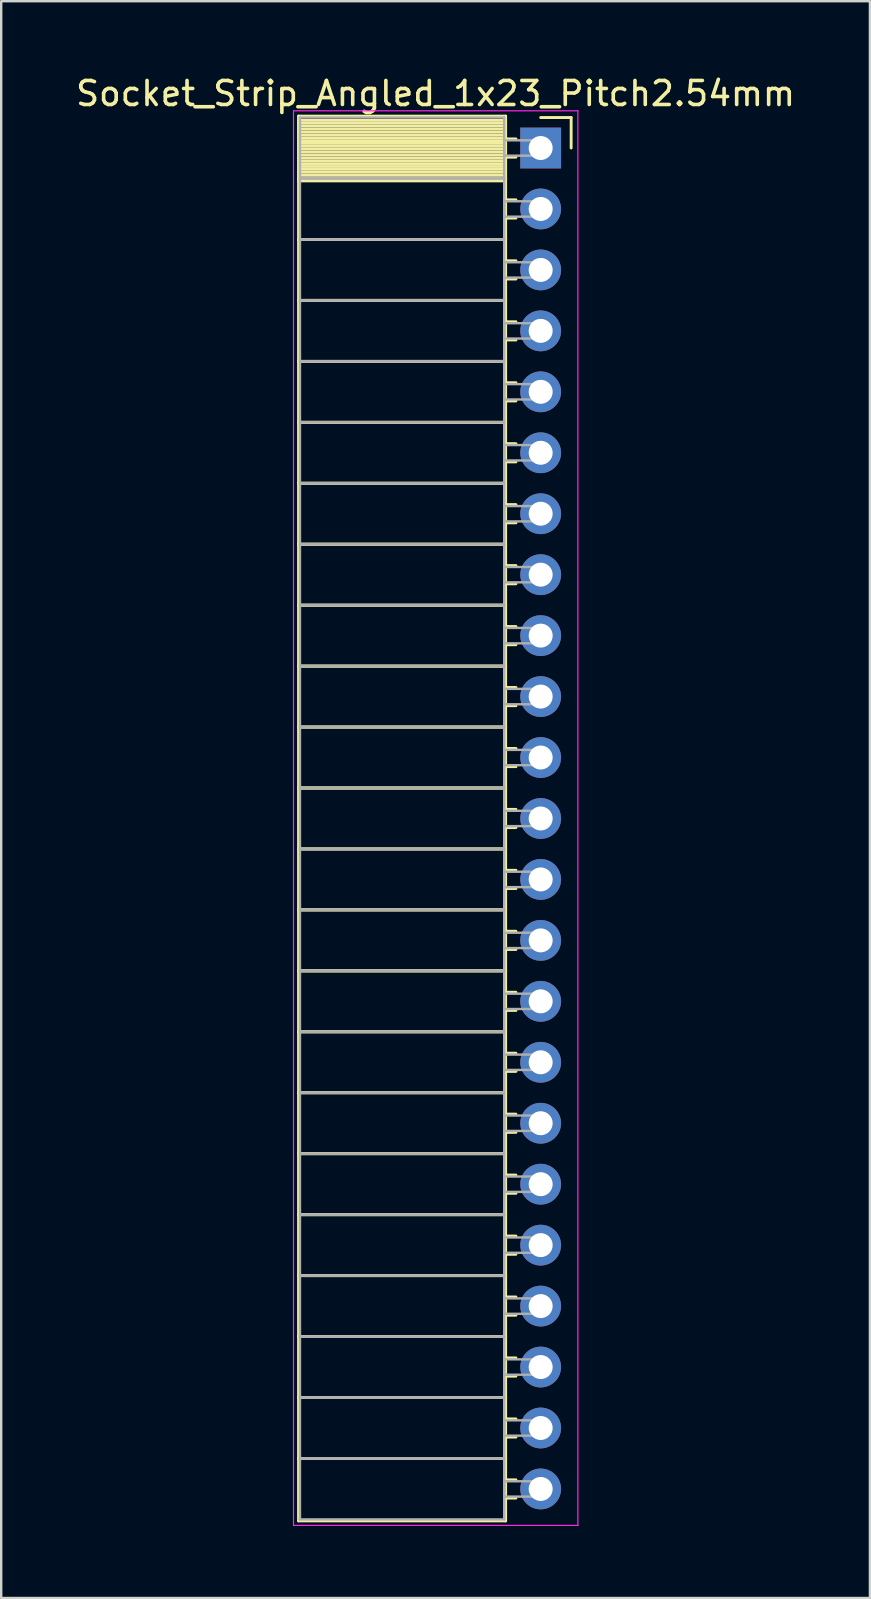
<source format=kicad_pcb>
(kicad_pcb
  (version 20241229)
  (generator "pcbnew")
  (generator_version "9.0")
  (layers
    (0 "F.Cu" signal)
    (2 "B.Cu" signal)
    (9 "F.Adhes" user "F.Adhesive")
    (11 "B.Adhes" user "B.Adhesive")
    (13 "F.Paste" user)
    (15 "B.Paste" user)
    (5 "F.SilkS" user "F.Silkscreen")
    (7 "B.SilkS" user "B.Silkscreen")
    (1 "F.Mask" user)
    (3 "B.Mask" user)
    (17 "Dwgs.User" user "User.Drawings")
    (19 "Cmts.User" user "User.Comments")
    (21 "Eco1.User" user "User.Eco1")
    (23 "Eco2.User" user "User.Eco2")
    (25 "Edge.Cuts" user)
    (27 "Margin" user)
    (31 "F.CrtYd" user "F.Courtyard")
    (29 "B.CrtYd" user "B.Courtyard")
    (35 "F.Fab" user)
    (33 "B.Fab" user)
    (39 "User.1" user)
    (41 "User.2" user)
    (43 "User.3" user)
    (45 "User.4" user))
  (footprint "Socket_Strip_Angled_1x23_Pitch2.54mm"
    (layer "F.Cu")
    (at 19.481 3.118)
    (property "Reference" "Socket_Strip_Angled_1x23_Pitch2.54mm" (at -4.38 -2.27 0) (layer "F.SilkS") (effects (font (size 1 1) (thickness 0.15))))
    (attr through_hole)
    (fp_line (start -10.09 -1.33) (end -1.46 -1.33) (stroke (width 0.12) (type solid)) (layer "F.SilkS"))
    (fp_line (start -10.09 1.27) (end -10.09 -1.33) (stroke (width 0.12) (type solid)) (layer "F.SilkS"))
    (fp_line (start -10.09 1.27) (end -1.46 1.27) (stroke (width 0.12) (type solid)) (layer "F.SilkS"))
    (fp_line (start -10.09 3.81) (end -10.09 1.27) (stroke (width 0.12) (type solid)) (layer "F.SilkS"))
    (fp_line (start -10.09 3.81) (end -1.46 3.81) (stroke (width 0.12) (type solid)) (layer "F.SilkS"))
    (fp_line (start -10.09 6.35) (end -10.09 3.81) (stroke (width 0.12) (type solid)) (layer "F.SilkS"))
    (fp_line (start -10.09 6.35) (end -1.46 6.35) (stroke (width 0.12) (type solid)) (layer "F.SilkS"))
    (fp_line (start -10.09 8.89) (end -10.09 6.35) (stroke (width 0.12) (type solid)) (layer "F.SilkS"))
    (fp_line (start -10.09 8.89) (end -1.46 8.89) (stroke (width 0.12) (type solid)) (layer "F.SilkS"))
    (fp_line (start -10.09 11.43) (end -10.09 8.89) (stroke (width 0.12) (type solid)) (layer "F.SilkS"))
    (fp_line (start -10.09 11.43) (end -1.46 11.43) (stroke (width 0.12) (type solid)) (layer "F.SilkS"))
    (fp_line (start -10.09 13.97) (end -10.09 11.43) (stroke (width 0.12) (type solid)) (layer "F.SilkS"))
    (fp_line (start -10.09 13.97) (end -1.46 13.97) (stroke (width 0.12) (type solid)) (layer "F.SilkS"))
    (fp_line (start -10.09 16.51) (end -10.09 13.97) (stroke (width 0.12) (type solid)) (layer "F.SilkS"))
    (fp_line (start -10.09 16.51) (end -1.46 16.51) (stroke (width 0.12) (type solid)) (layer "F.SilkS"))
    (fp_line (start -10.09 19.05) (end -10.09 16.51) (stroke (width 0.12) (type solid)) (layer "F.SilkS"))
    (fp_line (start -10.09 19.05) (end -1.46 19.05) (stroke (width 0.12) (type solid)) (layer "F.SilkS"))
    (fp_line (start -10.09 21.59) (end -10.09 19.05) (stroke (width 0.12) (type solid)) (layer "F.SilkS"))
    (fp_line (start -10.09 21.59) (end -1.46 21.59) (stroke (width 0.12) (type solid)) (layer "F.SilkS"))
    (fp_line (start -10.09 24.13) (end -10.09 21.59) (stroke (width 0.12) (type solid)) (layer "F.SilkS"))
    (fp_line (start -10.09 24.13) (end -1.46 24.13) (stroke (width 0.12) (type solid)) (layer "F.SilkS"))
    (fp_line (start -10.09 26.67) (end -10.09 24.13) (stroke (width 0.12) (type solid)) (layer "F.SilkS"))
    (fp_line (start -10.09 26.67) (end -1.46 26.67) (stroke (width 0.12) (type solid)) (layer "F.SilkS"))
    (fp_line (start -10.09 29.21) (end -10.09 26.67) (stroke (width 0.12) (type solid)) (layer "F.SilkS"))
    (fp_line (start -10.09 29.21) (end -1.46 29.21) (stroke (width 0.12) (type solid)) (layer "F.SilkS"))
    (fp_line (start -10.09 31.75) (end -10.09 29.21) (stroke (width 0.12) (type solid)) (layer "F.SilkS"))
    (fp_line (start -10.09 31.75) (end -1.46 31.75) (stroke (width 0.12) (type solid)) (layer "F.SilkS"))
    (fp_line (start -10.09 34.29) (end -10.09 31.75) (stroke (width 0.12) (type solid)) (layer "F.SilkS"))
    (fp_line (start -10.09 34.29) (end -1.46 34.29) (stroke (width 0.12) (type solid)) (layer "F.SilkS"))
    (fp_line (start -10.09 36.83) (end -10.09 34.29) (stroke (width 0.12) (type solid)) (layer "F.SilkS"))
    (fp_line (start -10.09 36.83) (end -1.46 36.83) (stroke (width 0.12) (type solid)) (layer "F.SilkS"))
    (fp_line (start -10.09 39.37) (end -10.09 36.83) (stroke (width 0.12) (type solid)) (layer "F.SilkS"))
    (fp_line (start -10.09 39.37) (end -1.46 39.37) (stroke (width 0.12) (type solid)) (layer "F.SilkS"))
    (fp_line (start -10.09 41.91) (end -10.09 39.37) (stroke (width 0.12) (type solid)) (layer "F.SilkS"))
    (fp_line (start -10.09 41.91) (end -1.46 41.91) (stroke (width 0.12) (type solid)) (layer "F.SilkS"))
    (fp_line (start -10.09 44.45) (end -10.09 41.91) (stroke (width 0.12) (type solid)) (layer "F.SilkS"))
    (fp_line (start -10.09 44.45) (end -1.46 44.45) (stroke (width 0.12) (type solid)) (layer "F.SilkS"))
    (fp_line (start -10.09 46.99) (end -10.09 44.45) (stroke (width 0.12) (type solid)) (layer "F.SilkS"))
    (fp_line (start -10.09 46.99) (end -1.46 46.99) (stroke (width 0.12) (type solid)) (layer "F.SilkS"))
    (fp_line (start -10.09 49.53) (end -10.09 46.99) (stroke (width 0.12) (type solid)) (layer "F.SilkS"))
    (fp_line (start -10.09 49.53) (end -1.46 49.53) (stroke (width 0.12) (type solid)) (layer "F.SilkS"))
    (fp_line (start -10.09 52.07) (end -10.09 49.53) (stroke (width 0.12) (type solid)) (layer "F.SilkS"))
    (fp_line (start -10.09 52.07) (end -1.46 52.07) (stroke (width 0.12) (type solid)) (layer "F.SilkS"))
    (fp_line (start -10.09 54.61) (end -10.09 52.07) (stroke (width 0.12) (type solid)) (layer "F.SilkS"))
    (fp_line (start -10.09 54.61) (end -1.46 54.61) (stroke (width 0.12) (type solid)) (layer "F.SilkS"))
    (fp_line (start -10.09 57.21) (end -10.09 54.61) (stroke (width 0.12) (type solid)) (layer "F.SilkS"))
    (fp_line (start -1.46 -1.33) (end -1.46 1.27) (stroke (width 0.12) (type solid)) (layer "F.SilkS"))
    (fp_line (start -1.46 -1.15) (end -10.09 -1.15) (stroke (width 0.12) (type solid)) (layer "F.SilkS"))
    (fp_line (start -1.46 -1.03) (end -10.09 -1.03) (stroke (width 0.12) (type solid)) (layer "F.SilkS"))
    (fp_line (start -1.46 -0.91) (end -10.09 -0.91) (stroke (width 0.12) (type solid)) (layer "F.SilkS"))
    (fp_line (start -1.46 -0.79) (end -10.09 -0.79) (stroke (width 0.12) (type solid)) (layer "F.SilkS"))
    (fp_line (start -1.46 -0.67) (end -10.09 -0.67) (stroke (width 0.12) (type solid)) (layer "F.SilkS"))
    (fp_line (start -1.46 -0.55) (end -10.09 -0.55) (stroke (width 0.12) (type solid)) (layer "F.SilkS"))
    (fp_line (start -1.46 -0.43) (end -10.09 -0.43) (stroke (width 0.12) (type solid)) (layer "F.SilkS"))
    (fp_line (start -1.46 -0.31) (end -10.09 -0.31) (stroke (width 0.12) (type solid)) (layer "F.SilkS"))
    (fp_line (start -1.46 -0.19) (end -10.09 -0.19) (stroke (width 0.12) (type solid)) (layer "F.SilkS"))
    (fp_line (start -1.46 -0.07) (end -10.09 -0.07) (stroke (width 0.12) (type solid)) (layer "F.SilkS"))
    (fp_line (start -1.46 0.05) (end -10.09 0.05) (stroke (width 0.12) (type solid)) (layer "F.SilkS"))
    (fp_line (start -1.46 0.17) (end -10.09 0.17) (stroke (width 0.12) (type solid)) (layer "F.SilkS"))
    (fp_line (start -1.46 0.29) (end -10.09 0.29) (stroke (width 0.12) (type solid)) (layer "F.SilkS"))
    (fp_line (start -1.46 0.41) (end -10.09 0.41) (stroke (width 0.12) (type solid)) (layer "F.SilkS"))
    (fp_line (start -1.46 0.53) (end -10.09 0.53) (stroke (width 0.12) (type solid)) (layer "F.SilkS"))
    (fp_line (start -1.46 0.65) (end -10.09 0.65) (stroke (width 0.12) (type solid)) (layer "F.SilkS"))
    (fp_line (start -1.46 0.77) (end -10.09 0.77) (stroke (width 0.12) (type solid)) (layer "F.SilkS"))
    (fp_line (start -1.46 0.89) (end -10.09 0.89) (stroke (width 0.12) (type solid)) (layer "F.SilkS"))
    (fp_line (start -1.46 1.01) (end -10.09 1.01) (stroke (width 0.12) (type solid)) (layer "F.SilkS"))
    (fp_line (start -1.46 1.13) (end -10.09 1.13) (stroke (width 0.12) (type solid)) (layer "F.SilkS"))
    (fp_line (start -1.46 1.25) (end -10.09 1.25) (stroke (width 0.12) (type solid)) (layer "F.SilkS"))
    (fp_line (start -1.46 1.27) (end -10.09 1.27) (stroke (width 0.12) (type solid)) (layer "F.SilkS"))
    (fp_line (start -1.46 1.27) (end -1.46 3.81) (stroke (width 0.12) (type solid)) (layer "F.SilkS"))
    (fp_line (start -1.46 1.37) (end -10.09 1.37) (stroke (width 0.12) (type solid)) (layer "F.SilkS"))
    (fp_line (start -1.46 3.81) (end -10.09 3.81) (stroke (width 0.12) (type solid)) (layer "F.SilkS"))
    (fp_line (start -1.46 3.81) (end -1.46 6.35) (stroke (width 0.12) (type solid)) (layer "F.SilkS"))
    (fp_line (start -1.46 6.35) (end -10.09 6.35) (stroke (width 0.12) (type solid)) (layer "F.SilkS"))
    (fp_line (start -1.46 6.35) (end -1.46 8.89) (stroke (width 0.12) (type solid)) (layer "F.SilkS"))
    (fp_line (start -1.46 8.89) (end -10.09 8.89) (stroke (width 0.12) (type solid)) (layer "F.SilkS"))
    (fp_line (start -1.46 8.89) (end -1.46 11.43) (stroke (width 0.12) (type solid)) (layer "F.SilkS"))
    (fp_line (start -1.46 11.43) (end -10.09 11.43) (stroke (width 0.12) (type solid)) (layer "F.SilkS"))
    (fp_line (start -1.46 11.43) (end -1.46 13.97) (stroke (width 0.12) (type solid)) (layer "F.SilkS"))
    (fp_line (start -1.46 13.97) (end -10.09 13.97) (stroke (width 0.12) (type solid)) (layer "F.SilkS"))
    (fp_line (start -1.46 13.97) (end -1.46 16.51) (stroke (width 0.12) (type solid)) (layer "F.SilkS"))
    (fp_line (start -1.46 16.51) (end -10.09 16.51) (stroke (width 0.12) (type solid)) (layer "F.SilkS"))
    (fp_line (start -1.46 16.51) (end -1.46 19.05) (stroke (width 0.12) (type solid)) (layer "F.SilkS"))
    (fp_line (start -1.46 19.05) (end -10.09 19.05) (stroke (width 0.12) (type solid)) (layer "F.SilkS"))
    (fp_line (start -1.46 19.05) (end -1.46 21.59) (stroke (width 0.12) (type solid)) (layer "F.SilkS"))
    (fp_line (start -1.46 21.59) (end -10.09 21.59) (stroke (width 0.12) (type solid)) (layer "F.SilkS"))
    (fp_line (start -1.46 21.59) (end -1.46 24.13) (stroke (width 0.12) (type solid)) (layer "F.SilkS"))
    (fp_line (start -1.46 24.13) (end -10.09 24.13) (stroke (width 0.12) (type solid)) (layer "F.SilkS"))
    (fp_line (start -1.46 24.13) (end -1.46 26.67) (stroke (width 0.12) (type solid)) (layer "F.SilkS"))
    (fp_line (start -1.46 26.67) (end -10.09 26.67) (stroke (width 0.12) (type solid)) (layer "F.SilkS"))
    (fp_line (start -1.46 26.67) (end -1.46 29.21) (stroke (width 0.12) (type solid)) (layer "F.SilkS"))
    (fp_line (start -1.46 29.21) (end -10.09 29.21) (stroke (width 0.12) (type solid)) (layer "F.SilkS"))
    (fp_line (start -1.46 29.21) (end -1.46 31.75) (stroke (width 0.12) (type solid)) (layer "F.SilkS"))
    (fp_line (start -1.46 31.75) (end -10.09 31.75) (stroke (width 0.12) (type solid)) (layer "F.SilkS"))
    (fp_line (start -1.46 31.75) (end -1.46 34.29) (stroke (width 0.12) (type solid)) (layer "F.SilkS"))
    (fp_line (start -1.46 34.29) (end -10.09 34.29) (stroke (width 0.12) (type solid)) (layer "F.SilkS"))
    (fp_line (start -1.46 34.29) (end -1.46 36.83) (stroke (width 0.12) (type solid)) (layer "F.SilkS"))
    (fp_line (start -1.46 36.83) (end -10.09 36.83) (stroke (width 0.12) (type solid)) (layer "F.SilkS"))
    (fp_line (start -1.46 36.83) (end -1.46 39.37) (stroke (width 0.12) (type solid)) (layer "F.SilkS"))
    (fp_line (start -1.46 39.37) (end -10.09 39.37) (stroke (width 0.12) (type solid)) (layer "F.SilkS"))
    (fp_line (start -1.46 39.37) (end -1.46 41.91) (stroke (width 0.12) (type solid)) (layer "F.SilkS"))
    (fp_line (start -1.46 41.91) (end -10.09 41.91) (stroke (width 0.12) (type solid)) (layer "F.SilkS"))
    (fp_line (start -1.46 41.91) (end -1.46 44.45) (stroke (width 0.12) (type solid)) (layer "F.SilkS"))
    (fp_line (start -1.46 44.45) (end -10.09 44.45) (stroke (width 0.12) (type solid)) (layer "F.SilkS"))
    (fp_line (start -1.46 44.45) (end -1.46 46.99) (stroke (width 0.12) (type solid)) (layer "F.SilkS"))
    (fp_line (start -1.46 46.99) (end -10.09 46.99) (stroke (width 0.12) (type solid)) (layer "F.SilkS"))
    (fp_line (start -1.46 46.99) (end -1.46 49.53) (stroke (width 0.12) (type solid)) (layer "F.SilkS"))
    (fp_line (start -1.46 49.53) (end -10.09 49.53) (stroke (width 0.12) (type solid)) (layer "F.SilkS"))
    (fp_line (start -1.46 49.53) (end -1.46 52.07) (stroke (width 0.12) (type solid)) (layer "F.SilkS"))
    (fp_line (start -1.46 52.07) (end -10.09 52.07) (stroke (width 0.12) (type solid)) (layer "F.SilkS"))
    (fp_line (start -1.46 52.07) (end -1.46 54.61) (stroke (width 0.12) (type solid)) (layer "F.SilkS"))
    (fp_line (start -1.46 54.61) (end -10.09 54.61) (stroke (width 0.12) (type solid)) (layer "F.SilkS"))
    (fp_line (start -1.46 54.61) (end -1.46 57.21) (stroke (width 0.12) (type solid)) (layer "F.SilkS"))
    (fp_line (start -1.46 57.21) (end -10.09 57.21) (stroke (width 0.12) (type solid)) (layer "F.SilkS"))
    (fp_line (start -1.03 -0.38) (end -1.46 -0.38) (stroke (width 0.12) (type solid)) (layer "F.SilkS"))
    (fp_line (start -1.03 0.38) (end -1.46 0.38) (stroke (width 0.12) (type solid)) (layer "F.SilkS"))
    (fp_line (start -1.03 2.16) (end -1.46 2.16) (stroke (width 0.12) (type solid)) (layer "F.SilkS"))
    (fp_line (start -1.03 2.92) (end -1.46 2.92) (stroke (width 0.12) (type solid)) (layer "F.SilkS"))
    (fp_line (start -1.03 4.7) (end -1.46 4.7) (stroke (width 0.12) (type solid)) (layer "F.SilkS"))
    (fp_line (start -1.03 5.46) (end -1.46 5.46) (stroke (width 0.12) (type solid)) (layer "F.SilkS"))
    (fp_line (start -1.03 7.24) (end -1.46 7.24) (stroke (width 0.12) (type solid)) (layer "F.SilkS"))
    (fp_line (start -1.03 8) (end -1.46 8) (stroke (width 0.12) (type solid)) (layer "F.SilkS"))
    (fp_line (start -1.03 9.78) (end -1.46 9.78) (stroke (width 0.12) (type solid)) (layer "F.SilkS"))
    (fp_line (start -1.03 10.54) (end -1.46 10.54) (stroke (width 0.12) (type solid)) (layer "F.SilkS"))
    (fp_line (start -1.03 12.32) (end -1.46 12.32) (stroke (width 0.12) (type solid)) (layer "F.SilkS"))
    (fp_line (start -1.03 13.08) (end -1.46 13.08) (stroke (width 0.12) (type solid)) (layer "F.SilkS"))
    (fp_line (start -1.03 14.86) (end -1.46 14.86) (stroke (width 0.12) (type solid)) (layer "F.SilkS"))
    (fp_line (start -1.03 15.62) (end -1.46 15.62) (stroke (width 0.12) (type solid)) (layer "F.SilkS"))
    (fp_line (start -1.03 17.4) (end -1.46 17.4) (stroke (width 0.12) (type solid)) (layer "F.SilkS"))
    (fp_line (start -1.03 18.16) (end -1.46 18.16) (stroke (width 0.12) (type solid)) (layer "F.SilkS"))
    (fp_line (start -1.03 19.94) (end -1.46 19.94) (stroke (width 0.12) (type solid)) (layer "F.SilkS"))
    (fp_line (start -1.03 20.7) (end -1.46 20.7) (stroke (width 0.12) (type solid)) (layer "F.SilkS"))
    (fp_line (start -1.03 22.48) (end -1.46 22.48) (stroke (width 0.12) (type solid)) (layer "F.SilkS"))
    (fp_line (start -1.03 23.24) (end -1.46 23.24) (stroke (width 0.12) (type solid)) (layer "F.SilkS"))
    (fp_line (start -1.03 25.02) (end -1.46 25.02) (stroke (width 0.12) (type solid)) (layer "F.SilkS"))
    (fp_line (start -1.03 25.78) (end -1.46 25.78) (stroke (width 0.12) (type solid)) (layer "F.SilkS"))
    (fp_line (start -1.03 27.56) (end -1.46 27.56) (stroke (width 0.12) (type solid)) (layer "F.SilkS"))
    (fp_line (start -1.03 28.32) (end -1.46 28.32) (stroke (width 0.12) (type solid)) (layer "F.SilkS"))
    (fp_line (start -1.03 30.1) (end -1.46 30.1) (stroke (width 0.12) (type solid)) (layer "F.SilkS"))
    (fp_line (start -1.03 30.86) (end -1.46 30.86) (stroke (width 0.12) (type solid)) (layer "F.SilkS"))
    (fp_line (start -1.03 32.64) (end -1.46 32.64) (stroke (width 0.12) (type solid)) (layer "F.SilkS"))
    (fp_line (start -1.03 33.4) (end -1.46 33.4) (stroke (width 0.12) (type solid)) (layer "F.SilkS"))
    (fp_line (start -1.03 35.18) (end -1.46 35.18) (stroke (width 0.12) (type solid)) (layer "F.SilkS"))
    (fp_line (start -1.03 35.94) (end -1.46 35.94) (stroke (width 0.12) (type solid)) (layer "F.SilkS"))
    (fp_line (start -1.03 37.72) (end -1.46 37.72) (stroke (width 0.12) (type solid)) (layer "F.SilkS"))
    (fp_line (start -1.03 38.48) (end -1.46 38.48) (stroke (width 0.12) (type solid)) (layer "F.SilkS"))
    (fp_line (start -1.03 40.26) (end -1.46 40.26) (stroke (width 0.12) (type solid)) (layer "F.SilkS"))
    (fp_line (start -1.03 41.02) (end -1.46 41.02) (stroke (width 0.12) (type solid)) (layer "F.SilkS"))
    (fp_line (start -1.03 42.8) (end -1.46 42.8) (stroke (width 0.12) (type solid)) (layer "F.SilkS"))
    (fp_line (start -1.03 43.56) (end -1.46 43.56) (stroke (width 0.12) (type solid)) (layer "F.SilkS"))
    (fp_line (start -1.03 45.34) (end -1.46 45.34) (stroke (width 0.12) (type solid)) (layer "F.SilkS"))
    (fp_line (start -1.03 46.1) (end -1.46 46.1) (stroke (width 0.12) (type solid)) (layer "F.SilkS"))
    (fp_line (start -1.03 47.88) (end -1.46 47.88) (stroke (width 0.12) (type solid)) (layer "F.SilkS"))
    (fp_line (start -1.03 48.64) (end -1.46 48.64) (stroke (width 0.12) (type solid)) (layer "F.SilkS"))
    (fp_line (start -1.03 50.42) (end -1.46 50.42) (stroke (width 0.12) (type solid)) (layer "F.SilkS"))
    (fp_line (start -1.03 51.18) (end -1.46 51.18) (stroke (width 0.12) (type solid)) (layer "F.SilkS"))
    (fp_line (start -1.03 52.96) (end -1.46 52.96) (stroke (width 0.12) (type solid)) (layer "F.SilkS"))
    (fp_line (start -1.03 53.72) (end -1.46 53.72) (stroke (width 0.12) (type solid)) (layer "F.SilkS"))
    (fp_line (start -1.03 55.5) (end -1.46 55.5) (stroke (width 0.12) (type solid)) (layer "F.SilkS"))
    (fp_line (start -1.03 56.26) (end -1.46 56.26) (stroke (width 0.12) (type solid)) (layer "F.SilkS"))
    (fp_line (start 0 -1.27) (end 1.27 -1.27) (stroke (width 0.12) (type solid)) (layer "F.SilkS"))
    (fp_line (start 1.27 -1.27) (end 1.27 0) (stroke (width 0.12) (type solid)) (layer "F.SilkS"))
    (fp_line (start -10.3 -1.55) (end 1.55 -1.55) (stroke (width 0.05) (type solid)) (layer "F.CrtYd"))
    (fp_line (start -10.3 57.4) (end -10.3 -1.55) (stroke (width 0.05) (type solid)) (layer "F.CrtYd"))
    (fp_line (start 1.55 -1.55) (end 1.55 57.4) (stroke (width 0.05) (type solid)) (layer "F.CrtYd"))
    (fp_line (start 1.55 57.4) (end -10.3 57.4) (stroke (width 0.05) (type solid)) (layer "F.CrtYd"))
    (fp_line (start -10.03 -1.27) (end -1.52 -1.27) (stroke (width 0.1) (type solid)) (layer "F.Fab"))
    (fp_line (start -10.03 1.27) (end -10.03 -1.27) (stroke (width 0.1) (type solid)) (layer "F.Fab"))
    (fp_line (start -10.03 1.27) (end -1.52 1.27) (stroke (width 0.1) (type solid)) (layer "F.Fab"))
    (fp_line (start -10.03 3.81) (end -10.03 1.27) (stroke (width 0.1) (type solid)) (layer "F.Fab"))
    (fp_line (start -10.03 3.81) (end -1.52 3.81) (stroke (width 0.1) (type solid)) (layer "F.Fab"))
    (fp_line (start -10.03 6.35) (end -10.03 3.81) (stroke (width 0.1) (type solid)) (layer "F.Fab"))
    (fp_line (start -10.03 6.35) (end -1.52 6.35) (stroke (width 0.1) (type solid)) (layer "F.Fab"))
    (fp_line (start -10.03 8.89) (end -10.03 6.35) (stroke (width 0.1) (type solid)) (layer "F.Fab"))
    (fp_line (start -10.03 8.89) (end -1.52 8.89) (stroke (width 0.1) (type solid)) (layer "F.Fab"))
    (fp_line (start -10.03 11.43) (end -10.03 8.89) (stroke (width 0.1) (type solid)) (layer "F.Fab"))
    (fp_line (start -10.03 11.43) (end -1.52 11.43) (stroke (width 0.1) (type solid)) (layer "F.Fab"))
    (fp_line (start -10.03 13.97) (end -10.03 11.43) (stroke (width 0.1) (type solid)) (layer "F.Fab"))
    (fp_line (start -10.03 13.97) (end -1.52 13.97) (stroke (width 0.1) (type solid)) (layer "F.Fab"))
    (fp_line (start -10.03 16.51) (end -10.03 13.97) (stroke (width 0.1) (type solid)) (layer "F.Fab"))
    (fp_line (start -10.03 16.51) (end -1.52 16.51) (stroke (width 0.1) (type solid)) (layer "F.Fab"))
    (fp_line (start -10.03 19.05) (end -10.03 16.51) (stroke (width 0.1) (type solid)) (layer "F.Fab"))
    (fp_line (start -10.03 19.05) (end -1.52 19.05) (stroke (width 0.1) (type solid)) (layer "F.Fab"))
    (fp_line (start -10.03 21.59) (end -10.03 19.05) (stroke (width 0.1) (type solid)) (layer "F.Fab"))
    (fp_line (start -10.03 21.59) (end -1.52 21.59) (stroke (width 0.1) (type solid)) (layer "F.Fab"))
    (fp_line (start -10.03 24.13) (end -10.03 21.59) (stroke (width 0.1) (type solid)) (layer "F.Fab"))
    (fp_line (start -10.03 24.13) (end -1.52 24.13) (stroke (width 0.1) (type solid)) (layer "F.Fab"))
    (fp_line (start -10.03 26.67) (end -10.03 24.13) (stroke (width 0.1) (type solid)) (layer "F.Fab"))
    (fp_line (start -10.03 26.67) (end -1.52 26.67) (stroke (width 0.1) (type solid)) (layer "F.Fab"))
    (fp_line (start -10.03 29.21) (end -10.03 26.67) (stroke (width 0.1) (type solid)) (layer "F.Fab"))
    (fp_line (start -10.03 29.21) (end -1.52 29.21) (stroke (width 0.1) (type solid)) (layer "F.Fab"))
    (fp_line (start -10.03 31.75) (end -10.03 29.21) (stroke (width 0.1) (type solid)) (layer "F.Fab"))
    (fp_line (start -10.03 31.75) (end -1.52 31.75) (stroke (width 0.1) (type solid)) (layer "F.Fab"))
    (fp_line (start -10.03 34.29) (end -10.03 31.75) (stroke (width 0.1) (type solid)) (layer "F.Fab"))
    (fp_line (start -10.03 34.29) (end -1.52 34.29) (stroke (width 0.1) (type solid)) (layer "F.Fab"))
    (fp_line (start -10.03 36.83) (end -10.03 34.29) (stroke (width 0.1) (type solid)) (layer "F.Fab"))
    (fp_line (start -10.03 36.83) (end -1.52 36.83) (stroke (width 0.1) (type solid)) (layer "F.Fab"))
    (fp_line (start -10.03 39.37) (end -10.03 36.83) (stroke (width 0.1) (type solid)) (layer "F.Fab"))
    (fp_line (start -10.03 39.37) (end -1.52 39.37) (stroke (width 0.1) (type solid)) (layer "F.Fab"))
    (fp_line (start -10.03 41.91) (end -10.03 39.37) (stroke (width 0.1) (type solid)) (layer "F.Fab"))
    (fp_line (start -10.03 41.91) (end -1.52 41.91) (stroke (width 0.1) (type solid)) (layer "F.Fab"))
    (fp_line (start -10.03 44.45) (end -10.03 41.91) (stroke (width 0.1) (type solid)) (layer "F.Fab"))
    (fp_line (start -10.03 44.45) (end -1.52 44.45) (stroke (width 0.1) (type solid)) (layer "F.Fab"))
    (fp_line (start -10.03 46.99) (end -10.03 44.45) (stroke (width 0.1) (type solid)) (layer "F.Fab"))
    (fp_line (start -10.03 46.99) (end -1.52 46.99) (stroke (width 0.1) (type solid)) (layer "F.Fab"))
    (fp_line (start -10.03 49.53) (end -10.03 46.99) (stroke (width 0.1) (type solid)) (layer "F.Fab"))
    (fp_line (start -10.03 49.53) (end -1.52 49.53) (stroke (width 0.1) (type solid)) (layer "F.Fab"))
    (fp_line (start -10.03 52.07) (end -10.03 49.53) (stroke (width 0.1) (type solid)) (layer "F.Fab"))
    (fp_line (start -10.03 52.07) (end -1.52 52.07) (stroke (width 0.1) (type solid)) (layer "F.Fab"))
    (fp_line (start -10.03 54.61) (end -10.03 52.07) (stroke (width 0.1) (type solid)) (layer "F.Fab"))
    (fp_line (start -10.03 54.61) (end -1.52 54.61) (stroke (width 0.1) (type solid)) (layer "F.Fab"))
    (fp_line (start -10.03 57.15) (end -10.03 54.61) (stroke (width 0.1) (type solid)) (layer "F.Fab"))
    (fp_line (start -1.52 -1.27) (end -1.52 1.27) (stroke (width 0.1) (type solid)) (layer "F.Fab"))
    (fp_line (start -1.52 -0.32) (end 0 -0.32) (stroke (width 0.1) (type solid)) (layer "F.Fab"))
    (fp_line (start -1.52 0.32) (end -1.52 -0.32) (stroke (width 0.1) (type solid)) (layer "F.Fab"))
    (fp_line (start -1.52 1.27) (end -10.03 1.27) (stroke (width 0.1) (type solid)) (layer "F.Fab"))
    (fp_line (start -1.52 1.27) (end -1.52 3.81) (stroke (width 0.1) (type solid)) (layer "F.Fab"))
    (fp_line (start -1.52 2.22) (end 0 2.22) (stroke (width 0.1) (type solid)) (layer "F.Fab"))
    (fp_line (start -1.52 2.86) (end -1.52 2.22) (stroke (width 0.1) (type solid)) (layer "F.Fab"))
    (fp_line (start -1.52 3.81) (end -10.03 3.81) (stroke (width 0.1) (type solid)) (layer "F.Fab"))
    (fp_line (start -1.52 3.81) (end -1.52 6.35) (stroke (width 0.1) (type solid)) (layer "F.Fab"))
    (fp_line (start -1.52 4.76) (end 0 4.76) (stroke (width 0.1) (type solid)) (layer "F.Fab"))
    (fp_line (start -1.52 5.4) (end -1.52 4.76) (stroke (width 0.1) (type solid)) (layer "F.Fab"))
    (fp_line (start -1.52 6.35) (end -10.03 6.35) (stroke (width 0.1) (type solid)) (layer "F.Fab"))
    (fp_line (start -1.52 6.35) (end -1.52 8.89) (stroke (width 0.1) (type solid)) (layer "F.Fab"))
    (fp_line (start -1.52 7.3) (end 0 7.3) (stroke (width 0.1) (type solid)) (layer "F.Fab"))
    (fp_line (start -1.52 7.94) (end -1.52 7.3) (stroke (width 0.1) (type solid)) (layer "F.Fab"))
    (fp_line (start -1.52 8.89) (end -10.03 8.89) (stroke (width 0.1) (type solid)) (layer "F.Fab"))
    (fp_line (start -1.52 8.89) (end -1.52 11.43) (stroke (width 0.1) (type solid)) (layer "F.Fab"))
    (fp_line (start -1.52 9.84) (end 0 9.84) (stroke (width 0.1) (type solid)) (layer "F.Fab"))
    (fp_line (start -1.52 10.48) (end -1.52 9.84) (stroke (width 0.1) (type solid)) (layer "F.Fab"))
    (fp_line (start -1.52 11.43) (end -10.03 11.43) (stroke (width 0.1) (type solid)) (layer "F.Fab"))
    (fp_line (start -1.52 11.43) (end -1.52 13.97) (stroke (width 0.1) (type solid)) (layer "F.Fab"))
    (fp_line (start -1.52 12.38) (end 0 12.38) (stroke (width 0.1) (type solid)) (layer "F.Fab"))
    (fp_line (start -1.52 13.02) (end -1.52 12.38) (stroke (width 0.1) (type solid)) (layer "F.Fab"))
    (fp_line (start -1.52 13.97) (end -10.03 13.97) (stroke (width 0.1) (type solid)) (layer "F.Fab"))
    (fp_line (start -1.52 13.97) (end -1.52 16.51) (stroke (width 0.1) (type solid)) (layer "F.Fab"))
    (fp_line (start -1.52 14.92) (end 0 14.92) (stroke (width 0.1) (type solid)) (layer "F.Fab"))
    (fp_line (start -1.52 15.56) (end -1.52 14.92) (stroke (width 0.1) (type solid)) (layer "F.Fab"))
    (fp_line (start -1.52 16.51) (end -10.03 16.51) (stroke (width 0.1) (type solid)) (layer "F.Fab"))
    (fp_line (start -1.52 16.51) (end -1.52 19.05) (stroke (width 0.1) (type solid)) (layer "F.Fab"))
    (fp_line (start -1.52 17.46) (end 0 17.46) (stroke (width 0.1) (type solid)) (layer "F.Fab"))
    (fp_line (start -1.52 18.1) (end -1.52 17.46) (stroke (width 0.1) (type solid)) (layer "F.Fab"))
    (fp_line (start -1.52 19.05) (end -10.03 19.05) (stroke (width 0.1) (type solid)) (layer "F.Fab"))
    (fp_line (start -1.52 19.05) (end -1.52 21.59) (stroke (width 0.1) (type solid)) (layer "F.Fab"))
    (fp_line (start -1.52 20) (end 0 20) (stroke (width 0.1) (type solid)) (layer "F.Fab"))
    (fp_line (start -1.52 20.64) (end -1.52 20) (stroke (width 0.1) (type solid)) (layer "F.Fab"))
    (fp_line (start -1.52 21.59) (end -10.03 21.59) (stroke (width 0.1) (type solid)) (layer "F.Fab"))
    (fp_line (start -1.52 21.59) (end -1.52 24.13) (stroke (width 0.1) (type solid)) (layer "F.Fab"))
    (fp_line (start -1.52 22.54) (end 0 22.54) (stroke (width 0.1) (type solid)) (layer "F.Fab"))
    (fp_line (start -1.52 23.18) (end -1.52 22.54) (stroke (width 0.1) (type solid)) (layer "F.Fab"))
    (fp_line (start -1.52 24.13) (end -10.03 24.13) (stroke (width 0.1) (type solid)) (layer "F.Fab"))
    (fp_line (start -1.52 24.13) (end -1.52 26.67) (stroke (width 0.1) (type solid)) (layer "F.Fab"))
    (fp_line (start -1.52 25.08) (end 0 25.08) (stroke (width 0.1) (type solid)) (layer "F.Fab"))
    (fp_line (start -1.52 25.72) (end -1.52 25.08) (stroke (width 0.1) (type solid)) (layer "F.Fab"))
    (fp_line (start -1.52 26.67) (end -10.03 26.67) (stroke (width 0.1) (type solid)) (layer "F.Fab"))
    (fp_line (start -1.52 26.67) (end -1.52 29.21) (stroke (width 0.1) (type solid)) (layer "F.Fab"))
    (fp_line (start -1.52 27.62) (end 0 27.62) (stroke (width 0.1) (type solid)) (layer "F.Fab"))
    (fp_line (start -1.52 28.26) (end -1.52 27.62) (stroke (width 0.1) (type solid)) (layer "F.Fab"))
    (fp_line (start -1.52 29.21) (end -10.03 29.21) (stroke (width 0.1) (type solid)) (layer "F.Fab"))
    (fp_line (start -1.52 29.21) (end -1.52 31.75) (stroke (width 0.1) (type solid)) (layer "F.Fab"))
    (fp_line (start -1.52 30.16) (end 0 30.16) (stroke (width 0.1) (type solid)) (layer "F.Fab"))
    (fp_line (start -1.52 30.8) (end -1.52 30.16) (stroke (width 0.1) (type solid)) (layer "F.Fab"))
    (fp_line (start -1.52 31.75) (end -10.03 31.75) (stroke (width 0.1) (type solid)) (layer "F.Fab"))
    (fp_line (start -1.52 31.75) (end -1.52 34.29) (stroke (width 0.1) (type solid)) (layer "F.Fab"))
    (fp_line (start -1.52 32.7) (end 0 32.7) (stroke (width 0.1) (type solid)) (layer "F.Fab"))
    (fp_line (start -1.52 33.34) (end -1.52 32.7) (stroke (width 0.1) (type solid)) (layer "F.Fab"))
    (fp_line (start -1.52 34.29) (end -10.03 34.29) (stroke (width 0.1) (type solid)) (layer "F.Fab"))
    (fp_line (start -1.52 34.29) (end -1.52 36.83) (stroke (width 0.1) (type solid)) (layer "F.Fab"))
    (fp_line (start -1.52 35.24) (end 0 35.24) (stroke (width 0.1) (type solid)) (layer "F.Fab"))
    (fp_line (start -1.52 35.88) (end -1.52 35.24) (stroke (width 0.1) (type solid)) (layer "F.Fab"))
    (fp_line (start -1.52 36.83) (end -10.03 36.83) (stroke (width 0.1) (type solid)) (layer "F.Fab"))
    (fp_line (start -1.52 36.83) (end -1.52 39.37) (stroke (width 0.1) (type solid)) (layer "F.Fab"))
    (fp_line (start -1.52 37.78) (end 0 37.78) (stroke (width 0.1) (type solid)) (layer "F.Fab"))
    (fp_line (start -1.52 38.42) (end -1.52 37.78) (stroke (width 0.1) (type solid)) (layer "F.Fab"))
    (fp_line (start -1.52 39.37) (end -10.03 39.37) (stroke (width 0.1) (type solid)) (layer "F.Fab"))
    (fp_line (start -1.52 39.37) (end -1.52 41.91) (stroke (width 0.1) (type solid)) (layer "F.Fab"))
    (fp_line (start -1.52 40.32) (end 0 40.32) (stroke (width 0.1) (type solid)) (layer "F.Fab"))
    (fp_line (start -1.52 40.96) (end -1.52 40.32) (stroke (width 0.1) (type solid)) (layer "F.Fab"))
    (fp_line (start -1.52 41.91) (end -10.03 41.91) (stroke (width 0.1) (type solid)) (layer "F.Fab"))
    (fp_line (start -1.52 41.91) (end -1.52 44.45) (stroke (width 0.1) (type solid)) (layer "F.Fab"))
    (fp_line (start -1.52 42.86) (end 0 42.86) (stroke (width 0.1) (type solid)) (layer "F.Fab"))
    (fp_line (start -1.52 43.5) (end -1.52 42.86) (stroke (width 0.1) (type solid)) (layer "F.Fab"))
    (fp_line (start -1.52 44.45) (end -10.03 44.45) (stroke (width 0.1) (type solid)) (layer "F.Fab"))
    (fp_line (start -1.52 44.45) (end -1.52 46.99) (stroke (width 0.1) (type solid)) (layer "F.Fab"))
    (fp_line (start -1.52 45.4) (end 0 45.4) (stroke (width 0.1) (type solid)) (layer "F.Fab"))
    (fp_line (start -1.52 46.04) (end -1.52 45.4) (stroke (width 0.1) (type solid)) (layer "F.Fab"))
    (fp_line (start -1.52 46.99) (end -10.03 46.99) (stroke (width 0.1) (type solid)) (layer "F.Fab"))
    (fp_line (start -1.52 46.99) (end -1.52 49.53) (stroke (width 0.1) (type solid)) (layer "F.Fab"))
    (fp_line (start -1.52 47.94) (end 0 47.94) (stroke (width 0.1) (type solid)) (layer "F.Fab"))
    (fp_line (start -1.52 48.58) (end -1.52 47.94) (stroke (width 0.1) (type solid)) (layer "F.Fab"))
    (fp_line (start -1.52 49.53) (end -10.03 49.53) (stroke (width 0.1) (type solid)) (layer "F.Fab"))
    (fp_line (start -1.52 49.53) (end -1.52 52.07) (stroke (width 0.1) (type solid)) (layer "F.Fab"))
    (fp_line (start -1.52 50.48) (end 0 50.48) (stroke (width 0.1) (type solid)) (layer "F.Fab"))
    (fp_line (start -1.52 51.12) (end -1.52 50.48) (stroke (width 0.1) (type solid)) (layer "F.Fab"))
    (fp_line (start -1.52 52.07) (end -10.03 52.07) (stroke (width 0.1) (type solid)) (layer "F.Fab"))
    (fp_line (start -1.52 52.07) (end -1.52 54.61) (stroke (width 0.1) (type solid)) (layer "F.Fab"))
    (fp_line (start -1.52 53.02) (end 0 53.02) (stroke (width 0.1) (type solid)) (layer "F.Fab"))
    (fp_line (start -1.52 53.66) (end -1.52 53.02) (stroke (width 0.1) (type solid)) (layer "F.Fab"))
    (fp_line (start -1.52 54.61) (end -10.03 54.61) (stroke (width 0.1) (type solid)) (layer "F.Fab"))
    (fp_line (start -1.52 54.61) (end -1.52 57.15) (stroke (width 0.1) (type solid)) (layer "F.Fab"))
    (fp_line (start -1.52 55.56) (end 0 55.56) (stroke (width 0.1) (type solid)) (layer "F.Fab"))
    (fp_line (start -1.52 56.2) (end -1.52 55.56) (stroke (width 0.1) (type solid)) (layer "F.Fab"))
    (fp_line (start -1.52 57.15) (end -10.03 57.15) (stroke (width 0.1) (type solid)) (layer "F.Fab"))
    (fp_line (start 0 -0.32) (end 0 0.32) (stroke (width 0.1) (type solid)) (layer "F.Fab"))
    (fp_line (start 0 0.32) (end -1.52 0.32) (stroke (width 0.1) (type solid)) (layer "F.Fab"))
    (fp_line (start 0 2.22) (end 0 2.86) (stroke (width 0.1) (type solid)) (layer "F.Fab"))
    (fp_line (start 0 2.86) (end -1.52 2.86) (stroke (width 0.1) (type solid)) (layer "F.Fab"))
    (fp_line (start 0 4.76) (end 0 5.4) (stroke (width 0.1) (type solid)) (layer "F.Fab"))
    (fp_line (start 0 5.4) (end -1.52 5.4) (stroke (width 0.1) (type solid)) (layer "F.Fab"))
    (fp_line (start 0 7.3) (end 0 7.94) (stroke (width 0.1) (type solid)) (layer "F.Fab"))
    (fp_line (start 0 7.94) (end -1.52 7.94) (stroke (width 0.1) (type solid)) (layer "F.Fab"))
    (fp_line (start 0 9.84) (end 0 10.48) (stroke (width 0.1) (type solid)) (layer "F.Fab"))
    (fp_line (start 0 10.48) (end -1.52 10.48) (stroke (width 0.1) (type solid)) (layer "F.Fab"))
    (fp_line (start 0 12.38) (end 0 13.02) (stroke (width 0.1) (type solid)) (layer "F.Fab"))
    (fp_line (start 0 13.02) (end -1.52 13.02) (stroke (width 0.1) (type solid)) (layer "F.Fab"))
    (fp_line (start 0 14.92) (end 0 15.56) (stroke (width 0.1) (type solid)) (layer "F.Fab"))
    (fp_line (start 0 15.56) (end -1.52 15.56) (stroke (width 0.1) (type solid)) (layer "F.Fab"))
    (fp_line (start 0 17.46) (end 0 18.1) (stroke (width 0.1) (type solid)) (layer "F.Fab"))
    (fp_line (start 0 18.1) (end -1.52 18.1) (stroke (width 0.1) (type solid)) (layer "F.Fab"))
    (fp_line (start 0 20) (end 0 20.64) (stroke (width 0.1) (type solid)) (layer "F.Fab"))
    (fp_line (start 0 20.64) (end -1.52 20.64) (stroke (width 0.1) (type solid)) (layer "F.Fab"))
    (fp_line (start 0 22.54) (end 0 23.18) (stroke (width 0.1) (type solid)) (layer "F.Fab"))
    (fp_line (start 0 23.18) (end -1.52 23.18) (stroke (width 0.1) (type solid)) (layer "F.Fab"))
    (fp_line (start 0 25.08) (end 0 25.72) (stroke (width 0.1) (type solid)) (layer "F.Fab"))
    (fp_line (start 0 25.72) (end -1.52 25.72) (stroke (width 0.1) (type solid)) (layer "F.Fab"))
    (fp_line (start 0 27.62) (end 0 28.26) (stroke (width 0.1) (type solid)) (layer "F.Fab"))
    (fp_line (start 0 28.26) (end -1.52 28.26) (stroke (width 0.1) (type solid)) (layer "F.Fab"))
    (fp_line (start 0 30.16) (end 0 30.8) (stroke (width 0.1) (type solid)) (layer "F.Fab"))
    (fp_line (start 0 30.8) (end -1.52 30.8) (stroke (width 0.1) (type solid)) (layer "F.Fab"))
    (fp_line (start 0 32.7) (end 0 33.34) (stroke (width 0.1) (type solid)) (layer "F.Fab"))
    (fp_line (start 0 33.34) (end -1.52 33.34) (stroke (width 0.1) (type solid)) (layer "F.Fab"))
    (fp_line (start 0 35.24) (end 0 35.88) (stroke (width 0.1) (type solid)) (layer "F.Fab"))
    (fp_line (start 0 35.88) (end -1.52 35.88) (stroke (width 0.1) (type solid)) (layer "F.Fab"))
    (fp_line (start 0 37.78) (end 0 38.42) (stroke (width 0.1) (type solid)) (layer "F.Fab"))
    (fp_line (start 0 38.42) (end -1.52 38.42) (stroke (width 0.1) (type solid)) (layer "F.Fab"))
    (fp_line (start 0 40.32) (end 0 40.96) (stroke (width 0.1) (type solid)) (layer "F.Fab"))
    (fp_line (start 0 40.96) (end -1.52 40.96) (stroke (width 0.1) (type solid)) (layer "F.Fab"))
    (fp_line (start 0 42.86) (end 0 43.5) (stroke (width 0.1) (type solid)) (layer "F.Fab"))
    (fp_line (start 0 43.5) (end -1.52 43.5) (stroke (width 0.1) (type solid)) (layer "F.Fab"))
    (fp_line (start 0 45.4) (end 0 46.04) (stroke (width 0.1) (type solid)) (layer "F.Fab"))
    (fp_line (start 0 46.04) (end -1.52 46.04) (stroke (width 0.1) (type solid)) (layer "F.Fab"))
    (fp_line (start 0 47.94) (end 0 48.58) (stroke (width 0.1) (type solid)) (layer "F.Fab"))
    (fp_line (start 0 48.58) (end -1.52 48.58) (stroke (width 0.1) (type solid)) (layer "F.Fab"))
    (fp_line (start 0 50.48) (end 0 51.12) (stroke (width 0.1) (type solid)) (layer "F.Fab"))
    (fp_line (start 0 51.12) (end -1.52 51.12) (stroke (width 0.1) (type solid)) (layer "F.Fab"))
    (fp_line (start 0 53.02) (end 0 53.66) (stroke (width 0.1) (type solid)) (layer "F.Fab"))
    (fp_line (start 0 53.66) (end -1.52 53.66) (stroke (width 0.1) (type solid)) (layer "F.Fab"))
    (fp_line (start 0 55.56) (end 0 56.2) (stroke (width 0.1) (type solid)) (layer "F.Fab"))
    (fp_line (start 0 56.2) (end -1.52 56.2) (stroke (width 0.1) (type solid)) (layer "F.Fab"))
    (pad "1" thru_hole rect (at 0 0) (size 1.7 1.7) (drill 1) (layers "*.Cu" "*.Mask"))
    (pad "2" thru_hole oval (at 0 2.54) (size 1.7 1.7) (drill 1) (layers "*.Cu" "*.Mask"))
    (pad "3" thru_hole oval (at 0 5.08) (size 1.7 1.7) (drill 1) (layers "*.Cu" "*.Mask"))
    (pad "4" thru_hole oval (at 0 7.62) (size 1.7 1.7) (drill 1) (layers "*.Cu" "*.Mask"))
    (pad "5" thru_hole oval (at 0 10.16) (size 1.7 1.7) (drill 1) (layers "*.Cu" "*.Mask"))
    (pad "6" thru_hole oval (at 0 12.7) (size 1.7 1.7) (drill 1) (layers "*.Cu" "*.Mask"))
    (pad "7" thru_hole oval (at 0 15.24) (size 1.7 1.7) (drill 1) (layers "*.Cu" "*.Mask"))
    (pad "8" thru_hole oval (at 0 17.78) (size 1.7 1.7) (drill 1) (layers "*.Cu" "*.Mask"))
    (pad "9" thru_hole oval (at 0 20.32) (size 1.7 1.7) (drill 1) (layers "*.Cu" "*.Mask"))
    (pad "10" thru_hole oval (at 0 22.86) (size 1.7 1.7) (drill 1) (layers "*.Cu" "*.Mask"))
    (pad "11" thru_hole oval (at 0 25.4) (size 1.7 1.7) (drill 1) (layers "*.Cu" "*.Mask"))
    (pad "12" thru_hole oval (at 0 27.94) (size 1.7 1.7) (drill 1) (layers "*.Cu" "*.Mask"))
    (pad "13" thru_hole oval (at 0 30.48) (size 1.7 1.7) (drill 1) (layers "*.Cu" "*.Mask"))
    (pad "14" thru_hole oval (at 0 33.02) (size 1.7 1.7) (drill 1) (layers "*.Cu" "*.Mask"))
    (pad "15" thru_hole oval (at 0 35.56) (size 1.7 1.7) (drill 1) (layers "*.Cu" "*.Mask"))
    (pad "16" thru_hole oval (at 0 38.1) (size 1.7 1.7) (drill 1) (layers "*.Cu" "*.Mask"))
    (pad "17" thru_hole oval (at 0 40.64) (size 1.7 1.7) (drill 1) (layers "*.Cu" "*.Mask"))
    (pad "18" thru_hole oval (at 0 43.18) (size 1.7 1.7) (drill 1) (layers "*.Cu" "*.Mask"))
    (pad "19" thru_hole oval (at 0 45.72) (size 1.7 1.7) (drill 1) (layers "*.Cu" "*.Mask"))
    (pad "20" thru_hole oval (at 0 48.26) (size 1.7 1.7) (drill 1) (layers "*.Cu" "*.Mask"))
    (pad "21" thru_hole oval (at 0 50.8) (size 1.7 1.7) (drill 1) (layers "*.Cu" "*.Mask"))
    (pad "22" thru_hole oval (at 0 53.34) (size 1.7 1.7) (drill 1) (layers "*.Cu" "*.Mask"))
    (pad "23" thru_hole oval (at 0 55.88) (size 1.7 1.7) (drill 1) (layers "*.Cu" "*.Mask")))
  (gr_rect
    (start -3 -3)
    (end 33.202 63.543)
    (stroke (width 0.1) (type default))
    (fill no)
    (layer "Edge.Cuts")))
</source>
